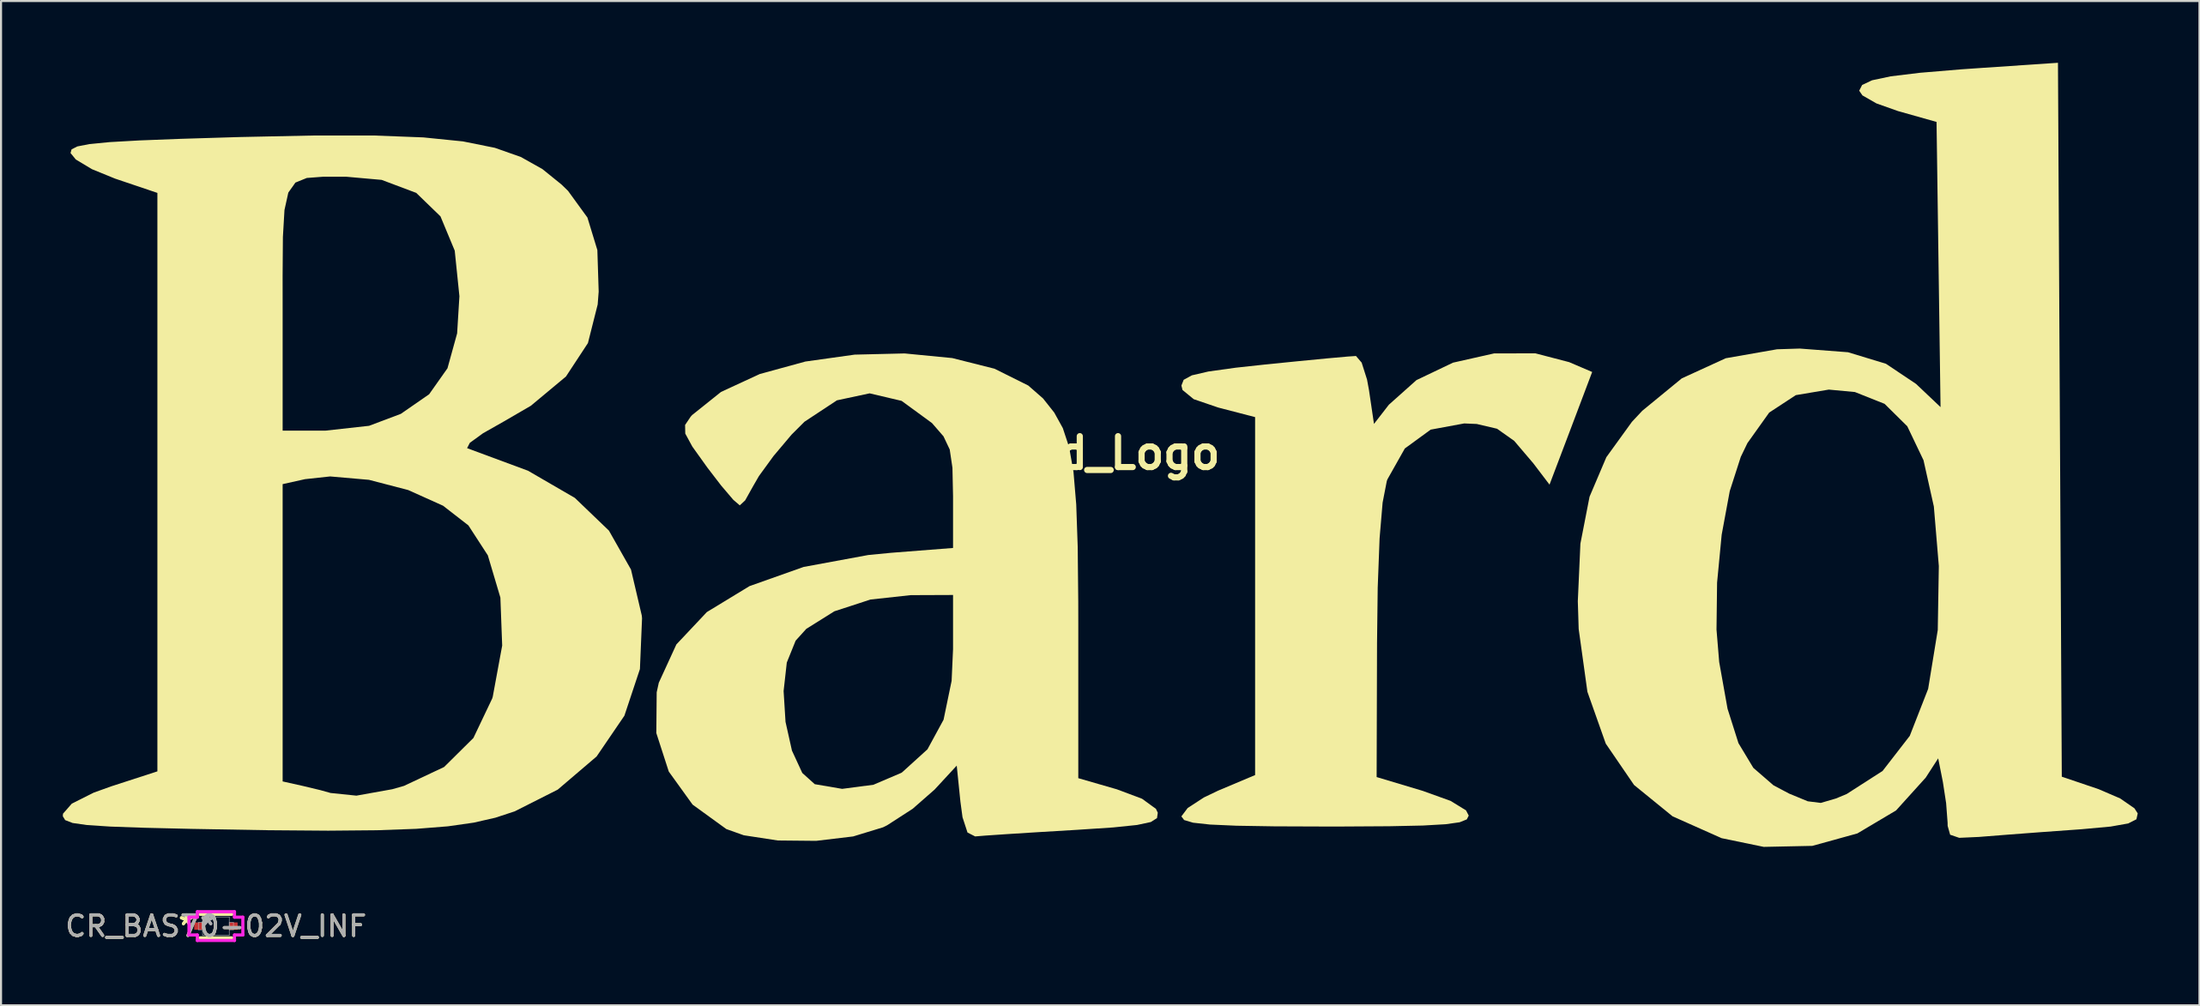
<source format=kicad_pcb>
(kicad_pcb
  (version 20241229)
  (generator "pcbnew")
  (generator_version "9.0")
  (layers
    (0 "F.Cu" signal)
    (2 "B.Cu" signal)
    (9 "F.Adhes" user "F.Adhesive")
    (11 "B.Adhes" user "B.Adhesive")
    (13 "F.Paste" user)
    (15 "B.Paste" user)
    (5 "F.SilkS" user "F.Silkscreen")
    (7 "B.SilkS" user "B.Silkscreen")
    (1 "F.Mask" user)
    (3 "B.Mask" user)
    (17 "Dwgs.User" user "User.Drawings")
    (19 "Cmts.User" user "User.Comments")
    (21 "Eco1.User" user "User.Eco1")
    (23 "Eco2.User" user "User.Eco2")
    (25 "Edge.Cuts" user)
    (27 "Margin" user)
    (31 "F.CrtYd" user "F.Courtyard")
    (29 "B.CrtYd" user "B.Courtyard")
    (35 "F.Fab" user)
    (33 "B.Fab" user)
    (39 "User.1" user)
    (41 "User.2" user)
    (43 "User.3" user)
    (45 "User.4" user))
  (footprint "Bard_Logo"
    (layer "F.Cu")
    (at 50.385 18.962)
    (property "Reference" "Bard_Logo" (at 0 0 0) (layer "F.SilkS") (effects (font (size 1.5 1.5) (thickness 0.3))))
    (attr board_only exclude_from_pos_files exclude_from_bom)
    (fp_poly (pts (xy 22.762 -4.419) (xy 23.881 -3.94) (xy 23.24 -2.242) (xy 22.77 -0.998) (xy 22.337 0.144) (xy 22.204 0.494) (xy 21.81 1.533) (xy 21.02 0.494) (xy 20.094 -0.594) (xy 19.261 -1.183) (xy 18.276 -1.414) (xy 17.667 -1.44) (xy 16.039 -1.139) (xy 14.784 -0.224) (xy 13.938 1.277) (xy 13.907 1.366) (xy 13.705 2.406) (xy 13.558 4.141) (xy 13.467 6.54) (xy 13.434 9.231) (xy 13.415 15.74) (xy 15.651 16.41) (xy 17.004 16.897) (xy 17.754 17.357) (xy 17.887 17.612) (xy 17.792 17.797) (xy 17.446 17.936) (xy 16.764 18.032) (xy 15.658 18.095) (xy 14.041 18.129) (xy 11.825 18.142) (xy 10.911 18.143) (xy 8.442 18.134) (xy 6.606 18.104) (xy 5.319 18.047) (xy 4.501 17.957) (xy 4.067 17.828) (xy 3.935 17.654) (xy 3.935 17.647) (xy 4.24 17.243) (xy 5.023 16.733) (xy 5.724 16.397) (xy 7.513 15.643) (xy 7.513 6.948) (xy 7.513 -1.747) (xy 5.724 -2.212) (xy 4.532 -2.619) (xy 3.987 -3.066) (xy 3.935 -3.281) (xy 4.043 -3.559) (xy 4.442 -3.777) (xy 5.245 -3.963) (xy 6.564 -4.147) (xy 7.981 -4.301) (xy 9.63 -4.467) (xy 11.028 -4.602) (xy 12.013 -4.69) (xy 12.412 -4.717) (xy 12.688 -4.394) (xy 12.948 -3.574) (xy 13.042 -3.067) (xy 13.286 -1.417) (xy 14.01 -2.351) (xy 15.348 -3.545) (xy 17.124 -4.393) (xy 19.122 -4.843) (xy 21.127 -4.845)) (stroke (width 0) (type solid)) (fill yes) (layer "F.SilkS"))
    (fp_poly (pts (xy 46.593 -1.62) (xy 46.686 15.722) (xy 48.475 16.328) (xy 49.52 16.778) (xy 50.214 17.258) (xy 50.373 17.505) (xy 50.31 17.791) (xy 49.911 17.994) (xy 49.058 18.145) (xy 47.628 18.276) (xy 47.332 18.297) (xy 45.681 18.416) (xy 44.105 18.535) (xy 42.886 18.631) (xy 42.661 18.649) (xy 41.705 18.692) (xy 41.264 18.541) (xy 41.143 18.111) (xy 41.141 17.962) (xy 41.069 17.007) (xy 40.913 15.988) (xy 40.684 14.831) (xy 40.078 15.768) (xy 38.638 17.362) (xy 36.759 18.479) (xy 34.573 19.083) (xy 32.212 19.132) (xy 30.167 18.709) (xy 27.786 17.648) (xy 25.915 16.125) (xy 24.541 14.116) (xy 23.65 11.598) (xy 23.23 8.575) (xy 29.919 8.575) (xy 30.049 10.15) (xy 30.455 12.421) (xy 30.985 14.093) (xy 31.707 15.292) (xy 32.686 16.141) (xy 33.449 16.545) (xy 34.351 16.917) (xy 34.982 16.996) (xy 35.712 16.783) (xy 36.239 16.564) (xy 37.984 15.443) (xy 39.303 13.74) (xy 40.196 11.456) (xy 40.663 8.595) (xy 40.715 5.489) (xy 40.473 2.596) (xy 39.971 0.347) (xy 39.183 -1.302) (xy 38.081 -2.392) (xy 36.639 -2.966) (xy 35.372 -3.084) (xy 33.77 -2.815) (xy 32.478 -1.968) (xy 31.421 -0.486) (xy 31.098 0.183) (xy 30.563 1.844) (xy 30.17 3.966) (xy 29.947 6.295) (xy 29.919 8.575) (xy 23.23 8.575) (xy 23.226 8.547) (xy 23.184 7.196) (xy 23.31 4.399) (xy 23.754 2.119) (xy 24.57 0.199) (xy 25.81 -1.516) (xy 26.315 -2.056) (xy 28.233 -3.63) (xy 30.367 -4.607) (xy 32.857 -5.043) (xy 33.961 -5.078) (xy 36.307 -4.899) (xy 38.147 -4.339) (xy 39.608 -3.361) (xy 39.689 -3.285) (xy 40.798 -2.234) (xy 40.701 -9.161) (xy 40.604 -16.088) (xy 38.726 -16.618) (xy 37.687 -16.987) (xy 37.005 -17.377) (xy 36.848 -17.605) (xy 36.99 -17.884) (xy 37.473 -18.112) (xy 38.381 -18.304) (xy 39.8 -18.476) (xy 41.814 -18.644) (xy 42.837 -18.715) (xy 46.5 -18.962)) (stroke (width 0) (type solid)) (fill yes) (layer "F.SilkS"))
    (fp_poly (pts (xy -7.193 -4.616) (xy -5.143 -4.099) (xy -3.504 -3.283) (xy -2.785 -2.655) (xy -2.241 -1.968) (xy -1.824 -1.213) (xy -1.518 -0.287) (xy -1.306 0.916) (xy -1.173 2.498) (xy -1.101 4.563) (xy -1.075 7.215) (xy -1.073 8.248) (xy -1.073 15.794) (xy 0.8 16.335) (xy 2.024 16.794) (xy 2.698 17.285) (xy 2.787 17.472) (xy 2.75 17.733) (xy 2.451 17.924) (xy 1.779 18.068) (xy 0.623 18.187) (xy -1.127 18.303) (xy -1.322 18.315) (xy -3.029 18.417) (xy -4.503 18.51) (xy -5.579 18.583) (xy -6.082 18.624) (xy -6.453 18.435) (xy -6.695 17.693) (xy -6.797 16.935) (xy -6.976 15.184) (xy -8.049 16.346) (xy -9.115 17.281) (xy -10.351 18.08) (xy -10.554 18.181) (xy -12.006 18.625) (xy -13.802 18.839) (xy -15.666 18.821) (xy -17.317 18.568) (xy -18.165 18.266) (xy -19.803 17.078) (xy -20.959 15.473) (xy -21.564 13.603) (xy -21.546 11.623) (xy -21.533 11.562) (xy -15.383 11.562) (xy -15.29 13.058) (xy -14.978 14.454) (xy -14.476 15.54) (xy -13.87 16.086) (xy -12.539 16.313) (xy -11.022 16.114) (xy -9.67 15.537) (xy -9.623 15.505) (xy -8.397 14.392) (xy -7.615 12.953) (xy -7.224 11.064) (xy -7.155 9.525) (xy -7.155 6.894) (xy -9.212 6.902) (xy -11.165 7.115) (xy -12.919 7.687) (xy -14.281 8.54) (xy -14.799 9.113) (xy -15.228 10.177) (xy -15.383 11.562) (xy -21.533 11.562) (xy -21.444 11.158) (xy -20.59 9.296) (xy -19.11 7.724) (xy -17.038 6.463) (xy -14.412 5.532) (xy -11.27 4.952) (xy -10.155 4.844) (xy -7.155 4.61) (xy -7.155 2.096) (xy -7.184 0.717) (xy -7.316 -0.174) (xy -7.619 -0.814) (xy -8.163 -1.441) (xy -8.182 -1.461) (xy -9.651 -2.536) (xy -11.205 -2.902) (xy -12.793 -2.563) (xy -14.368 -1.524) (xy -14.996 -0.897) (xy -15.871 0.141) (xy -16.58 1.115) (xy -16.879 1.634) (xy -17.25 2.298) (xy -17.511 2.54) (xy -17.824 2.272) (xy -18.42 1.572) (xy -19.092 0.696) (xy -19.818 -0.32) (xy -20.158 -0.946) (xy -20.167 -1.366) (xy -19.898 -1.766) (xy -19.827 -1.846) (xy -18.422 -2.971) (xy -16.54 -3.841) (xy -14.327 -4.447) (xy -11.933 -4.783) (xy -9.506 -4.841)) (stroke (width 0) (type solid)) (fill yes) (layer "F.SilkS"))
    (fp_poly (pts (xy -35.266 -15.428) (xy -32.879 -15.337) (xy -30.953 -15.142) (xy -29.403 -14.83) (xy -28.146 -14.387) (xy -27.096 -13.798) (xy -26.171 -13.05) (xy -25.85 -12.738) (xy -24.91 -11.444) (xy -24.427 -9.862) (xy -24.363 -7.845) (xy -24.411 -7.222) (xy -24.885 -5.344) (xy -25.951 -3.721) (xy -27.655 -2.3) (xy -28.948 -1.548) (xy -29.979 -0.963) (xy -30.62 -0.498) (xy -30.752 -0.242) (xy -30.721 -0.227) (xy -27.795 0.857) (xy -25.521 2.177) (xy -23.866 3.766) (xy -22.794 5.658) (xy -22.271 7.887) (xy -22.257 8.027) (xy -22.36 10.493) (xy -23.114 12.759) (xy -24.463 14.739) (xy -26.352 16.351) (xy -28.441 17.406) (xy -29.377 17.714) (xy -30.429 17.954) (xy -31.683 18.133) (xy -33.222 18.255) (xy -35.132 18.324) (xy -37.498 18.345) (xy -40.405 18.323) (xy -43.938 18.261) (xy -44.117 18.258) (xy -46.404 18.204) (xy -48.07 18.146) (xy -49.207 18.072) (xy -49.91 17.971) (xy -50.271 17.831) (xy -50.385 17.643) (xy -50.376 17.52) (xy -49.948 17.031) (xy -48.885 16.497) (xy -48.026 16.188) (xy -47.298 15.952) (xy -39.71 15.952) (xy -38.726 16.172) (xy -37.875 16.376) (xy -37.385 16.513) (xy -36.128 16.643) (xy -34.386 16.331) (xy -33.815 16.168) (xy -31.869 15.251) (xy -30.446 13.841) (xy -29.533 11.923) (xy -29.506 11.832) (xy -29.049 9.353) (xy -29.136 7.021) (xy -29.746 4.968) (xy -30.69 3.513) (xy -31.921 2.557) (xy -33.612 1.796) (xy -35.52 1.299) (xy -37.402 1.135) (xy -38.622 1.267) (xy -39.71 1.509) (xy -39.71 8.73) (xy -39.71 15.952) (xy -47.298 15.952) (xy -45.792 15.463) (xy -45.792 1.412) (xy -45.792 -8.631) (xy -39.711 -8.631) (xy -39.71 -7.037) (xy -39.71 -1.089) (xy -37.639 -1.089) (xy -35.512 -1.325) (xy -33.972 -1.905) (xy -32.597 -2.857) (xy -31.705 -4.121) (xy -31.237 -5.816) (xy -31.126 -7.62) (xy -31.353 -9.834) (xy -32.046 -11.501) (xy -33.223 -12.641) (xy -34.903 -13.273) (xy -36.622 -13.426) (xy -37.731 -13.427) (xy -38.537 -13.366) (xy -39.089 -13.142) (xy -39.434 -12.655) (xy -39.621 -11.808) (xy -39.697 -10.5) (xy -39.711 -8.631) (xy -45.792 -8.631) (xy -45.792 -12.64) (xy -47.849 -13.335) (xy -48.968 -13.792) (xy -49.754 -14.264) (xy -50.01 -14.577) (xy -49.96 -14.755) (xy -49.679 -14.898) (xy -49.09 -15.013) (xy -48.11 -15.108) (xy -46.662 -15.19) (xy -44.666 -15.267) (xy -42.041 -15.347) (xy -41.757 -15.355) (xy -38.197 -15.429)) (stroke (width 0) (type solid)) (fill yes) (layer "F.SilkS")))
  (footprint "CR_BAS70-02V_INF"
    (layer "F.Cu")
    (at 7.435 41.942)
    (property "Reference" "CR_BAS70-02V_INF" (at 0 0 0) (unlocked yes) (layer "F.SilkS") (effects (font (size 1 1) (thickness 0.15))))
    (attr smd)
    (fp_line (start -0.775 0.572) (end 0.775 0.572) (stroke (width 0.152) (type solid)) (layer "F.SilkS"))
    (fp_line (start 0.775 -0.572) (end -0.775 -0.572) (stroke (width 0.152) (type solid)) (layer "F.SilkS"))
    (fp_line (start -1.308 -0.432) (end -0.902 -0.432) (stroke (width 0.152) (type solid)) (layer "F.CrtYd"))
    (fp_line (start -1.308 0.432) (end -1.308 -0.432) (stroke (width 0.152) (type solid)) (layer "F.CrtYd"))
    (fp_line (start -0.902 -0.699) (end 0.902 -0.699) (stroke (width 0.152) (type solid)) (layer "F.CrtYd"))
    (fp_line (start -0.902 -0.432) (end -0.902 -0.699) (stroke (width 0.152) (type solid)) (layer "F.CrtYd"))
    (fp_line (start -0.902 0.432) (end -1.308 0.432) (stroke (width 0.152) (type solid)) (layer "F.CrtYd"))
    (fp_line (start -0.902 0.699) (end -0.902 0.432) (stroke (width 0.152) (type solid)) (layer "F.CrtYd"))
    (fp_line (start 0.902 -0.699) (end 0.902 -0.432) (stroke (width 0.152) (type solid)) (layer "F.CrtYd"))
    (fp_line (start 0.902 -0.432) (end 1.308 -0.432) (stroke (width 0.152) (type solid)) (layer "F.CrtYd"))
    (fp_line (start 0.902 0.432) (end 0.902 0.699) (stroke (width 0.152) (type solid)) (layer "F.CrtYd"))
    (fp_line (start 0.902 0.699) (end -0.902 0.699) (stroke (width 0.152) (type solid)) (layer "F.CrtYd"))
    (fp_line (start 1.308 -0.432) (end 1.308 0.432) (stroke (width 0.152) (type solid)) (layer "F.CrtYd"))
    (fp_line (start 1.308 0.432) (end 0.902 0.432) (stroke (width 0.152) (type solid)) (layer "F.CrtYd"))
    (fp_line (start -0.851 -0.178) (end -0.851 0.178) (stroke (width 0.025) (type solid)) (layer "F.Fab"))
    (fp_line (start -0.851 0.178) (end -0.648 0.178) (stroke (width 0.025) (type solid)) (layer "F.Fab"))
    (fp_line (start -0.648 -0.445) (end -0.648 0.445) (stroke (width 0.025) (type solid)) (layer "F.Fab"))
    (fp_line (start -0.648 -0.222) (end -0.425 -0.445) (stroke (width 0.025) (type solid)) (layer "F.Fab"))
    (fp_line (start -0.648 -0.178) (end -0.851 -0.178) (stroke (width 0.025) (type solid)) (layer "F.Fab"))
    (fp_line (start -0.648 0.178) (end -0.648 -0.178) (stroke (width 0.025) (type solid)) (layer "F.Fab"))
    (fp_line (start -0.648 0.222) (end -0.425 0.445) (stroke (width 0.025) (type solid)) (layer "F.Fab"))
    (fp_line (start -0.648 0.445) (end 0.648 0.445) (stroke (width 0.025) (type solid)) (layer "F.Fab"))
    (fp_line (start 0.648 -0.445) (end -0.648 -0.445) (stroke (width 0.025) (type solid)) (layer "F.Fab"))
    (fp_line (start 0.648 -0.178) (end 0.648 0.178) (stroke (width 0.025) (type solid)) (layer "F.Fab"))
    (fp_line (start 0.648 0.178) (end 0.851 0.178) (stroke (width 0.025) (type solid)) (layer "F.Fab"))
    (fp_line (start 0.648 0.445) (end 0.648 -0.445) (stroke (width 0.025) (type solid)) (layer "F.Fab"))
    (fp_line (start 0.851 -0.178) (end 0.648 -0.178) (stroke (width 0.025) (type solid)) (layer "F.Fab"))
    (fp_line (start 0.851 0.178) (end 0.851 -0.178) (stroke (width 0.025) (type solid)) (layer "F.Fab"))
    (fp_text user "*" (at -1.435 0 0) (unlocked yes) (layer "F.SilkS") (effects (font (size 1 1) (thickness 0.15))))
    (fp_text user "*" (at -1.435 0 0) (layer "F.SilkS") (effects (font (size 1 1) (thickness 0.15))))
    (fp_text user "*" (at -0.394 0 0) (layer "F.Fab") (effects (font (size 1 1) (thickness 0.15))))
    (fp_text user "${REFERENCE}" (at 0 0 0) (unlocked yes) (layer "F.Fab") (effects (font (size 1 1) (thickness 0.15))))
    (fp_text user "*" (at -0.394 0 0) (unlocked yes) (layer "F.Fab") (effects (font (size 1 1) (thickness 0.15))))
    (pad "1" smd rect (at -0.851 0) (size 0.406 0.356) (layers "F.Cu" "F.Mask" "F.Paste"))
    (pad "2" smd rect (at 0.851 0) (size 0.406 0.356) (layers "F.Cu" "F.Mask" "F.Paste"))
    (zone (net_name "") (layer "F.Cu") (hatch full 0.508) (connect_pads) (min_thickness 0.254) (filled_areas_thickness no) (keepout (tracks not_allowed) (vias not_allowed) (pads allowed) (copperpour not_allowed) (footprints allowed)) (placement (enabled no)) (fill) (polygon (pts (xy 6.838 41.548) (xy 8.031 41.548) (xy 8.031 42.335) (xy 6.838 42.335)))))
  (gr_rect
    (start -3 -3)
    (end 103.757 45.79)
    (stroke (width 0.1) (type default))
    (fill no)
    (layer "Edge.Cuts")))
</source>
